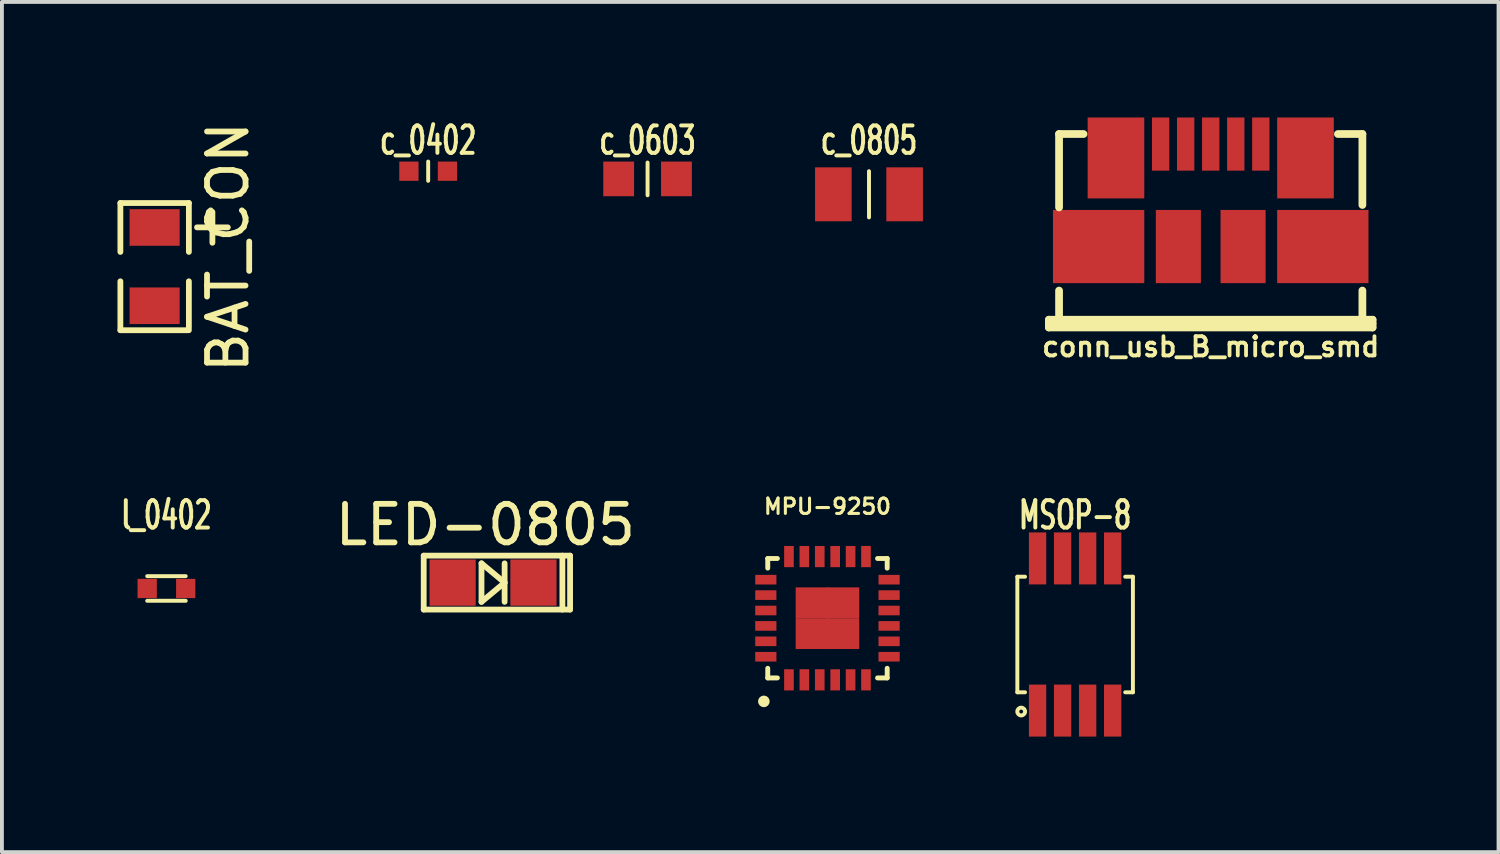
<source format=kicad_pcb>
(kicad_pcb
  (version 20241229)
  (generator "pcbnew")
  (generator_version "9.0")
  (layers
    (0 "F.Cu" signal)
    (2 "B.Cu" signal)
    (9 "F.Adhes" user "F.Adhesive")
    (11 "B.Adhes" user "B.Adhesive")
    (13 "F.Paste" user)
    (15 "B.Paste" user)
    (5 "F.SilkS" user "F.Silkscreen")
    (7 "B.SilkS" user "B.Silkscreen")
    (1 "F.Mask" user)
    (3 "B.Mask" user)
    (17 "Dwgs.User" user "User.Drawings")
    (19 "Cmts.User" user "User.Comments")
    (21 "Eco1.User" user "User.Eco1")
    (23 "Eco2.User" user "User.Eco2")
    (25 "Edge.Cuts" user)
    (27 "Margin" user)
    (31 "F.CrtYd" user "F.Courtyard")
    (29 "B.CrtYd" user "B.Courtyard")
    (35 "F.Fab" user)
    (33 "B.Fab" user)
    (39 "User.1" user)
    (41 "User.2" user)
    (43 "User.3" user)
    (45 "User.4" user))
  (footprint "c_0402"
    (layer "F.Cu")
    (at 8.065 1.394)
    (property "Reference" "c_0402" (at 0 -0.8 0) (layer "F.SilkS") (effects (font (size 0.711 0.457) (thickness 0.102))))
    (attr through_hole)
    (fp_line (start 0 -0.25) (end 0 0.25) (stroke (width 0.102) (type solid)) (layer "F.SilkS"))
    (pad "1" smd rect (at -0.5 0) (size 0.5 0.5) (layers "F.Cu" "F.Mask" "F.Paste"))
    (pad "2" smd rect (at 0.5 0) (size 0.5 0.5) (layers "F.Cu" "F.Mask" "F.Paste")))
  (footprint "BAT_CON"
    (layer "F.Cu")
    (at 0.964 4.252)
    (property "Reference" "BAT_CON" (at 1.905 -0.889 90) (layer "F.SilkS") (effects (font (size 1 1) (thickness 0.15))))
    (attr exclude_from_pos_files exclude_from_bom)
    (fp_line (start -0.889 -2.032) (end 0.889 -2.032) (stroke (width 0.15) (type solid)) (layer "F.SilkS"))
    (fp_line (start -0.889 -0.762) (end -0.889 -2.032) (stroke (width 0.15) (type solid)) (layer "F.SilkS"))
    (fp_line (start -0.889 0) (end -0.889 1.27) (stroke (width 0.15) (type solid)) (layer "F.SilkS"))
    (fp_line (start 0.889 -0.762) (end 0.889 -2.032) (stroke (width 0.15) (type solid)) (layer "F.SilkS"))
    (fp_line (start 0.889 1.206) (end 0.889 0) (stroke (width 0.15) (type solid)) (layer "F.SilkS"))
    (fp_line (start 0.889 1.27) (end -0.889 1.27) (stroke (width 0.15) (type solid)) (layer "F.SilkS"))
    (fp_line (start 1.1 -1.4) (end 1.9 -1.4) (stroke (width 0.15) (type solid)) (layer "F.SilkS"))
    (fp_line (start 1.5 -1.8) (end 1.5 -1) (stroke (width 0.15) (type solid)) (layer "F.SilkS"))
    (pad "1" smd rect (at 0 -1.397) (size 1.3 0.95) (layers "F.Cu" "F.Mask" "F.Paste"))
    (pad "2" smd rect (at 0 0.635) (size 1.3 0.95) (layers "F.Cu" "F.Mask" "F.Paste")))
  (footprint "l_0402"
    (layer "F.Cu")
    (at 1.271 12.226)
    (property "Reference" "l_0402" (at 0 -1.905 0) (layer "F.SilkS") (effects (font (size 0.711 0.457) (thickness 0.102))))
    (attr through_hole)
    (fp_line (start 0.5 -0.32) (end -0.5 -0.32) (stroke (width 0.102) (type solid)) (layer "F.SilkS"))
    (fp_line (start 0.5 0.32) (end -0.5 0.32) (stroke (width 0.102) (type solid)) (layer "F.SilkS"))
    (pad "1" smd rect (at -0.5 0) (size 0.5 0.5) (layers "F.Cu" "F.Mask" "F.Paste"))
    (pad "2" smd rect (at 0.5 0) (size 0.5 0.5) (layers "F.Cu" "F.Mask" "F.Paste")))
  (footprint "conn_usb_B_micro_smd"
    (layer "F.Cu")
    (at 28.379 3.35)
    (property "Reference" "conn_usb_B_micro_smd" (at 0 2.601 0) (layer "F.SilkS") (effects (font (size 0.5 0.5) (thickness 0.099))))
    (attr through_hole)
    (fp_line (start -4.201 1.9) (end -4.201 2.101) (stroke (width 0.201) (type solid)) (layer "F.SilkS"))
    (fp_line (start -4.201 1.999) (end 4.201 1.999) (stroke (width 0.201) (type solid)) (layer "F.SilkS"))
    (fp_line (start -4.201 2.101) (end 4.201 2.101) (stroke (width 0.201) (type solid)) (layer "F.SilkS"))
    (fp_line (start -3.937 -2.921) (end -3.302 -2.921) (stroke (width 0.201) (type solid)) (layer "F.SilkS"))
    (fp_line (start -3.937 -1.016) (end -3.937 -2.921) (stroke (width 0.201) (type solid)) (layer "F.SilkS"))
    (fp_line (start -3.937 2.032) (end -3.937 1.143) (stroke (width 0.201) (type solid)) (layer "F.SilkS"))
    (fp_line (start 3.302 -2.921) (end 3.937 -2.921) (stroke (width 0.201) (type solid)) (layer "F.SilkS"))
    (fp_line (start 3.937 -1.079) (end 3.937 -2.921) (stroke (width 0.201) (type solid)) (layer "F.SilkS"))
    (fp_line (start 3.937 1.143) (end 3.937 2.032) (stroke (width 0.201) (type solid)) (layer "F.SilkS"))
    (fp_line (start 4.201 1.9) (end -4.201 1.9) (stroke (width 0.201) (type solid)) (layer "F.SilkS"))
    (fp_line (start 4.201 2.101) (end 4.201 1.9) (stroke (width 0.201) (type solid)) (layer "F.SilkS"))
    (pad "" smd rect (at -2.91 0) (size 2.37 1.9) (layers "F.Cu" "F.Mask" "F.Paste"))
    (pad "" smd rect (at -2.46 -2.3) (size 1.47 2.1) (layers "F.Cu" "F.Mask" "F.Paste"))
    (pad "" smd rect (at -0.84 0) (size 1.17 1.9) (layers "F.Cu" "F.Mask" "F.Paste"))
    (pad "" smd rect (at 0.84 0) (size 1.17 1.9) (layers "F.Cu" "F.Mask" "F.Paste"))
    (pad "" smd rect (at 2.46 -2.3) (size 1.47 2.1) (layers "F.Cu" "F.Mask" "F.Paste"))
    (pad "" smd rect (at 2.91 0) (size 2.37 1.9) (layers "F.Cu" "F.Mask" "F.Paste"))
    (pad "1" smd rect (at -1.3 -2.66) (size 0.45 1.38) (layers "F.Cu" "F.Mask" "F.Paste"))
    (pad "2" smd rect (at -0.65 -2.66) (size 0.45 1.38) (layers "F.Cu" "F.Mask" "F.Paste"))
    (pad "3" smd rect (at 0 -2.66) (size 0.45 1.38) (layers "F.Cu" "F.Mask" "F.Paste"))
    (pad "4" smd rect (at 0.65 -2.66) (size 0.45 1.38) (layers "F.Cu" "F.Mask" "F.Paste"))
    (pad "5" smd rect (at 1.3 -2.66) (size 0.45 1.38) (layers "F.Cu" "F.Mask" "F.Paste")))
  (footprint "c_0603"
    (layer "F.Cu")
    (at 13.76 1.594)
    (property "Reference" "c_0603" (at 0 -1 0) (layer "F.SilkS") (effects (font (size 0.711 0.457) (thickness 0.102))))
    (attr through_hole)
    (fp_line (start 0 -0.425) (end 0 0.425) (stroke (width 0.102) (type solid)) (layer "F.SilkS"))
    (pad "1" smd rect (at -0.75 0) (size 0.8 0.9) (layers "F.Cu" "F.Mask" "F.Paste"))
    (pad "2" smd rect (at 0.75 0) (size 0.8 0.9) (layers "F.Cu" "F.Mask" "F.Paste")))
  (footprint "c_0805"
    (layer "F.Cu")
    (at 19.508 1.994)
    (property "Reference" "c_0805" (at 0 -1.4 0) (layer "F.SilkS") (effects (font (size 0.711 0.457) (thickness 0.102))))
    (attr through_hole)
    (fp_line (start 0 -0.6) (end 0 0.6) (stroke (width 0.102) (type solid)) (layer "F.SilkS"))
    (pad "1" smd rect (at -0.925 0) (size 0.95 1.4) (layers "F.Cu" "F.Mask" "F.Paste"))
    (pad "2" smd rect (at 0.925 0) (size 0.95 1.4) (layers "F.Cu" "F.Mask" "F.Paste")))
  (footprint "LED-0805"
    (layer "F.Cu")
    (at 9.749 12.074)
    (property "Reference" "LED-0805" (at -0.2 -1.5 0) (layer "F.SilkS") (effects (font (size 1 1) (thickness 0.15))))
    (attr smd)
    (fp_line (start -1.8 -0.7) (end 2 -0.7) (stroke (width 0.15) (type solid)) (layer "F.SilkS"))
    (fp_line (start -1.8 0.7) (end -1.8 -0.7) (stroke (width 0.15) (type solid)) (layer "F.SilkS"))
    (fp_line (start -0.3 -0.5) (end -0.3 0.5) (stroke (width 0.15) (type solid)) (layer "F.SilkS"))
    (fp_line (start -0.3 0.5) (end 0.3 0) (stroke (width 0.15) (type solid)) (layer "F.SilkS"))
    (fp_line (start 0.3 -0.5) (end 0.3 0.5) (stroke (width 0.15) (type solid)) (layer "F.SilkS"))
    (fp_line (start 0.3 0) (end -0.3 -0.5) (stroke (width 0.15) (type solid)) (layer "F.SilkS"))
    (fp_line (start 1.8 -0.7) (end 1.8 0.7) (stroke (width 0.15) (type solid)) (layer "F.SilkS"))
    (fp_line (start 2 -0.7) (end 2 0.7) (stroke (width 0.15) (type solid)) (layer "F.SilkS"))
    (fp_line (start 2 0.7) (end -1.8 0.7) (stroke (width 0.15) (type solid)) (layer "F.SilkS"))
    (pad "1" smd rect (at 1.049 0 180) (size 1.199 1.199) (layers "F.Cu" "F.Mask" "F.Paste"))
    (pad "2" smd rect (at -1.049 0 180) (size 1.199 1.199) (layers "F.Cu" "F.Mask" "F.Paste")))
  (footprint "MPU-9250"
    (layer "F.Cu")
    (at 18.43 12.998)
    (property "Reference" "MPU-9250" (at 0 -2.901 0) (layer "F.SilkS") (effects (font (size 0.399 0.399) (thickness 0.079))))
    (attr through_hole)
    (fp_line (start -1.55 -1.55) (end -1.55 -1.3) (stroke (width 0.127) (type solid)) (layer "F.SilkS"))
    (fp_line (start -1.55 1.55) (end -1.55 1.3) (stroke (width 0.127) (type solid)) (layer "F.SilkS"))
    (fp_line (start -1.3 -1.55) (end -1.55 -1.55) (stroke (width 0.127) (type solid)) (layer "F.SilkS"))
    (fp_line (start -1.3 1.55) (end -1.55 1.55) (stroke (width 0.127) (type solid)) (layer "F.SilkS"))
    (fp_line (start 1.55 -1.55) (end 1.3 -1.55) (stroke (width 0.127) (type solid)) (layer "F.SilkS"))
    (fp_line (start 1.55 -1.55) (end 1.55 -1.3) (stroke (width 0.127) (type solid)) (layer "F.SilkS"))
    (fp_line (start 1.55 1.3) (end 1.55 1.55) (stroke (width 0.127) (type solid)) (layer "F.SilkS"))
    (fp_line (start 1.55 1.55) (end 1.3 1.55) (stroke (width 0.127) (type solid)) (layer "F.SilkS"))
    (fp_circle (center -1.651 2.159) (end -1.575 2.159) (stroke (width 0.15) (type solid)) (fill no) (layer "F.SilkS"))
    (pad "1" smd rect (at -1 1.6) (size 0.25 0.55) (layers "F.Cu" "F.Mask" "F.Paste"))
    (pad "2" smd rect (at -0.6 1.6) (size 0.25 0.55) (layers "F.Cu" "F.Mask" "F.Paste"))
    (pad "3" smd rect (at -0.2 1.6) (size 0.25 0.55) (layers "F.Cu" "F.Mask" "F.Paste"))
    (pad "4" smd rect (at 0.2 1.6) (size 0.25 0.55) (layers "F.Cu" "F.Mask" "F.Paste"))
    (pad "5" smd rect (at 0.6 1.6) (size 0.25 0.55) (layers "F.Cu" "F.Mask" "F.Paste"))
    (pad "6" smd rect (at 1 1.6) (size 0.25 0.55) (layers "F.Cu" "F.Mask" "F.Paste"))
    (pad "7" smd rect (at 1.6 1) (size 0.55 0.25) (layers "F.Cu" "F.Mask" "F.Paste"))
    (pad "8" smd rect (at 1.6 0.6) (size 0.55 0.25) (layers "F.Cu" "F.Mask" "F.Paste"))
    (pad "9" smd rect (at 1.6 0.2) (size 0.55 0.25) (layers "F.Cu" "F.Mask" "F.Paste"))
    (pad "10" smd rect (at 1.6 -0.2) (size 0.55 0.25) (layers "F.Cu" "F.Mask" "F.Paste"))
    (pad "11" smd rect (at 1.6 -0.6) (size 0.55 0.25) (layers "F.Cu" "F.Mask" "F.Paste"))
    (pad "12" smd rect (at 1.6 -1) (size 0.55 0.25) (layers "F.Cu" "F.Mask" "F.Paste"))
    (pad "13" smd rect (at 1 -1.6) (size 0.25 0.55) (layers "F.Cu" "F.Mask" "F.Paste"))
    (pad "14" smd rect (at 0.6 -1.6) (size 0.25 0.55) (layers "F.Cu" "F.Mask" "F.Paste"))
    (pad "15" smd rect (at 0.2 -1.6) (size 0.25 0.55) (layers "F.Cu" "F.Mask" "F.Paste"))
    (pad "16" smd rect (at -0.2 -1.6) (size 0.25 0.55) (layers "F.Cu" "F.Mask" "F.Paste"))
    (pad "17" smd rect (at -0.6 -1.6) (size 0.25 0.55) (layers "F.Cu" "F.Mask" "F.Paste"))
    (pad "18" smd rect (at -1 -1.6) (size 0.25 0.55) (layers "F.Cu" "F.Mask" "F.Paste"))
    (pad "19" smd rect (at -1.6 -1) (size 0.55 0.25) (layers "F.Cu" "F.Mask" "F.Paste"))
    (pad "20" smd rect (at -1.6 -0.6) (size 0.55 0.25) (layers "F.Cu" "F.Mask" "F.Paste"))
    (pad "21" smd rect (at -1.6 -0.2) (size 0.55 0.25) (layers "F.Cu" "F.Mask" "F.Paste"))
    (pad "22" smd rect (at -1.6 0.2) (size 0.55 0.25) (layers "F.Cu" "F.Mask" "F.Paste"))
    (pad "23" smd rect (at -1.6 0.6) (size 0.55 0.25) (layers "F.Cu" "F.Mask" "F.Paste"))
    (pad "24" smd rect (at -1.6 1) (size 0.55 0.25) (layers "F.Cu" "F.Mask" "F.Paste"))
    (pad "25" smd rect (at -0.4 -0.4) (size 0.85 0.8) (layers "F.Cu" "F.Mask" "F.Paste"))
    (pad "25" smd rect (at -0.4 0.4) (size 0.85 0.8) (layers "F.Cu" "F.Mask" "F.Paste"))
    (pad "25" smd rect (at 0.4 -0.4) (size 0.85 0.8) (layers "F.Cu" "F.Mask" "F.Paste"))
    (pad "25" smd rect (at 0.4 0.4) (size 0.85 0.8) (layers "F.Cu" "F.Mask" "F.Paste")))
  (footprint "MSOP-8"
    (layer "F.Cu")
    (at 24.859 13.421)
    (property "Reference" "MSOP-8" (at 0 -3.1 0) (layer "F.SilkS") (effects (font (size 0.711 0.457) (thickness 0.102))))
    (attr through_hole)
    (fp_line (start -1.5 -1.5) (end -1.5 1.5) (stroke (width 0.102) (type solid)) (layer "F.SilkS"))
    (fp_line (start -1.5 -1.5) (end -1.3 -1.5) (stroke (width 0.102) (type solid)) (layer "F.SilkS"))
    (fp_line (start -1.5 1.5) (end -1.3 1.5) (stroke (width 0.102) (type solid)) (layer "F.SilkS"))
    (fp_line (start 1.3 1.5) (end 1.5 1.5) (stroke (width 0.102) (type solid)) (layer "F.SilkS"))
    (fp_line (start 1.5 -1.5) (end 1.3 -1.5) (stroke (width 0.102) (type solid)) (layer "F.SilkS"))
    (fp_line (start 1.5 1.5) (end 1.5 -1.5) (stroke (width 0.102) (type solid)) (layer "F.SilkS"))
    (fp_circle (center -1.4 2) (end -1.4 1.95) (stroke (width 0.102) (type solid)) (fill no) (layer "F.SilkS"))
    (pad "1" smd rect (at -0.975 1.975) (size 0.45 1.35) (layers "F.Cu" "F.Mask" "F.Paste"))
    (pad "2" smd rect (at -0.325 1.975) (size 0.45 1.35) (layers "F.Cu" "F.Mask" "F.Paste"))
    (pad "3" smd rect (at 0.325 1.975) (size 0.45 1.35) (layers "F.Cu" "F.Mask" "F.Paste"))
    (pad "4" smd rect (at 0.975 1.975) (size 0.45 1.35) (layers "F.Cu" "F.Mask" "F.Paste"))
    (pad "5" smd rect (at 0.975 -1.975) (size 0.45 1.35) (layers "F.Cu" "F.Mask" "F.Paste"))
    (pad "6" smd rect (at 0.325 -1.975) (size 0.45 1.35) (layers "F.Cu" "F.Mask" "F.Paste"))
    (pad "7" smd rect (at -0.325 -1.975) (size 0.45 1.35) (layers "F.Cu" "F.Mask" "F.Paste"))
    (pad "8" smd rect (at -0.975 -1.975) (size 0.45 1.35) (layers "F.Cu" "F.Mask" "F.Paste")))
  (gr_rect
    (start -3 -3)
    (end 35.85 19.071)
    (stroke (width 0.1) (type default))
    (fill no)
    (layer "Edge.Cuts")))
</source>
